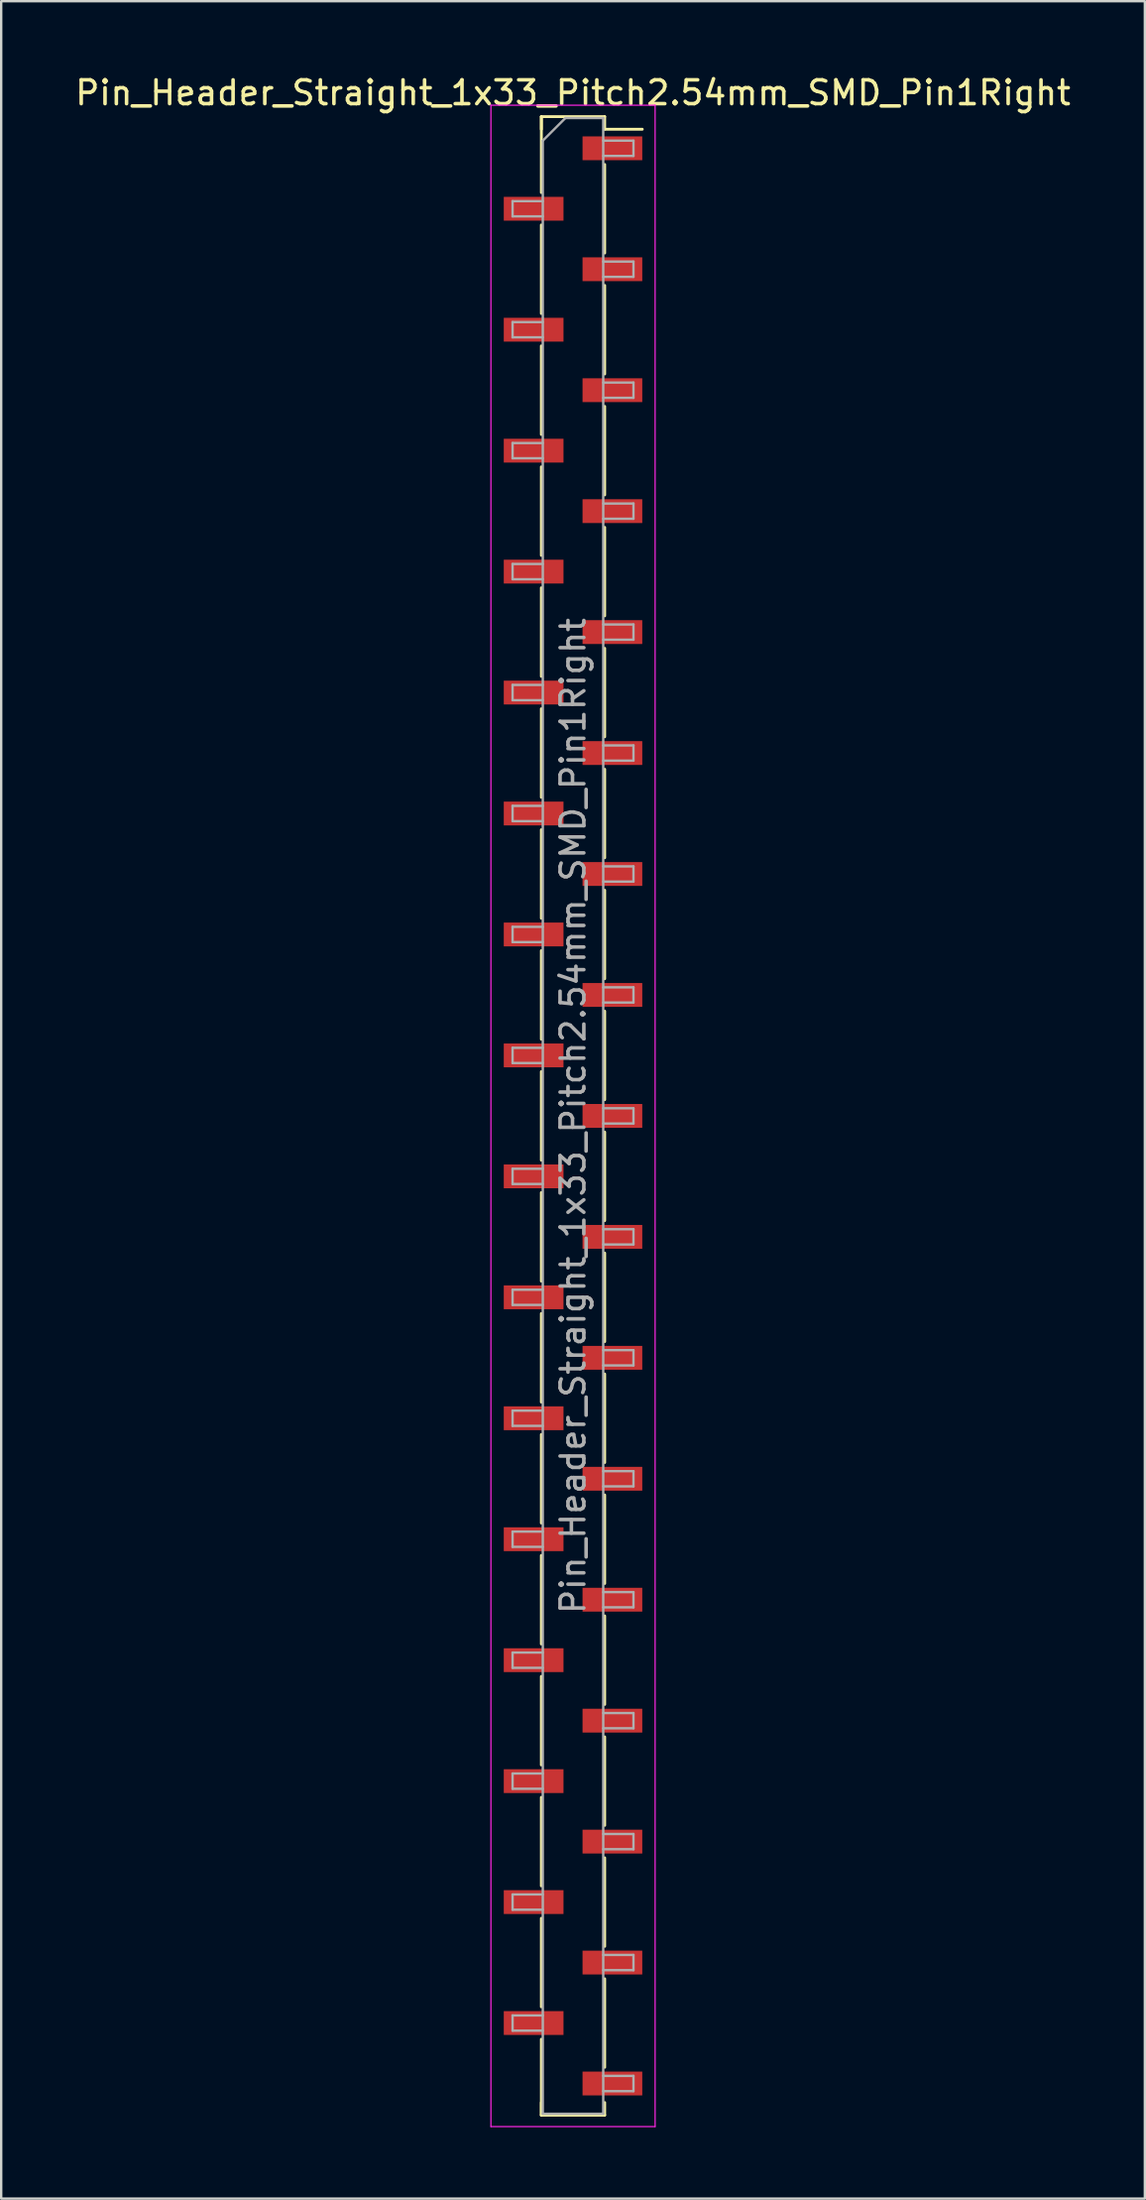
<source format=kicad_pcb>
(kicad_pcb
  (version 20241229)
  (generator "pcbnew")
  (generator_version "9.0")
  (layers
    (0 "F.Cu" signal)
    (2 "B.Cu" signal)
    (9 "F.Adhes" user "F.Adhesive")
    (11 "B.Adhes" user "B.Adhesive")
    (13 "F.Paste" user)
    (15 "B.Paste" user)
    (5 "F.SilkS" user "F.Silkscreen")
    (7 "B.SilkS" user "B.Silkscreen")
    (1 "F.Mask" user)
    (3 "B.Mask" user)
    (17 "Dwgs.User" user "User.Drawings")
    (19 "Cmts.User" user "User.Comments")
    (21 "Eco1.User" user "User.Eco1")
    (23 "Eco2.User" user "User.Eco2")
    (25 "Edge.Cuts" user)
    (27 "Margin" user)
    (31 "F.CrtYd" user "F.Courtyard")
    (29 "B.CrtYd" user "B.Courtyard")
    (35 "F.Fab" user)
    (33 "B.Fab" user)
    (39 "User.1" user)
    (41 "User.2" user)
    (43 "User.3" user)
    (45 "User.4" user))
  (footprint "Pin_Header_Straight_1x33_Pitch2.54mm_SMD_Pin1Right"
    (layer "F.Cu")
    (at 21.03 43.818)
    (property "Reference" "Pin_Header_Straight_1x33_Pitch2.54mm_SMD_Pin1Right" (at 0 -42.97 0) (layer "F.SilkS") (effects (font (size 1 1) (thickness 0.15))))
    (attr smd)
    (fp_line (start -1.33 -41.97) (end -1.33 -38.78) (stroke (width 0.12) (type solid)) (layer "F.SilkS"))
    (fp_line (start -1.33 -41.97) (end 1.33 -41.97) (stroke (width 0.12) (type solid)) (layer "F.SilkS"))
    (fp_line (start -1.33 -41.44) (end -1.33 -41.97) (stroke (width 0.12) (type solid)) (layer "F.SilkS"))
    (fp_line (start -1.33 -37.42) (end -1.33 -33.7) (stroke (width 0.12) (type solid)) (layer "F.SilkS"))
    (fp_line (start -1.33 -32.34) (end -1.33 -28.62) (stroke (width 0.12) (type solid)) (layer "F.SilkS"))
    (fp_line (start -1.33 -27.26) (end -1.33 -23.54) (stroke (width 0.12) (type solid)) (layer "F.SilkS"))
    (fp_line (start -1.33 -22.18) (end -1.33 -18.46) (stroke (width 0.12) (type solid)) (layer "F.SilkS"))
    (fp_line (start -1.33 -17.1) (end -1.33 -13.38) (stroke (width 0.12) (type solid)) (layer "F.SilkS"))
    (fp_line (start -1.33 -12.02) (end -1.33 -8.3) (stroke (width 0.12) (type solid)) (layer "F.SilkS"))
    (fp_line (start -1.33 -6.94) (end -1.33 -3.22) (stroke (width 0.12) (type solid)) (layer "F.SilkS"))
    (fp_line (start -1.33 -1.86) (end -1.33 1.86) (stroke (width 0.12) (type solid)) (layer "F.SilkS"))
    (fp_line (start -1.33 3.22) (end -1.33 6.94) (stroke (width 0.12) (type solid)) (layer "F.SilkS"))
    (fp_line (start -1.33 8.3) (end -1.33 12.02) (stroke (width 0.12) (type solid)) (layer "F.SilkS"))
    (fp_line (start -1.33 13.38) (end -1.33 17.1) (stroke (width 0.12) (type solid)) (layer "F.SilkS"))
    (fp_line (start -1.33 18.46) (end -1.33 22.18) (stroke (width 0.12) (type solid)) (layer "F.SilkS"))
    (fp_line (start -1.33 23.54) (end -1.33 27.26) (stroke (width 0.12) (type solid)) (layer "F.SilkS"))
    (fp_line (start -1.33 28.62) (end -1.33 32.34) (stroke (width 0.12) (type solid)) (layer "F.SilkS"))
    (fp_line (start -1.33 33.7) (end -1.33 37.42) (stroke (width 0.12) (type solid)) (layer "F.SilkS"))
    (fp_line (start -1.33 38.78) (end -1.33 41.97) (stroke (width 0.12) (type solid)) (layer "F.SilkS"))
    (fp_line (start -1.33 41.44) (end -1.33 41.97) (stroke (width 0.12) (type solid)) (layer "F.SilkS"))
    (fp_line (start -1.33 41.97) (end 1.33 41.97) (stroke (width 0.12) (type solid)) (layer "F.SilkS"))
    (fp_line (start 1.33 -41.97) (end 1.33 -41.44) (stroke (width 0.12) (type solid)) (layer "F.SilkS"))
    (fp_line (start 1.33 -41.44) (end 2.91 -41.44) (stroke (width 0.12) (type solid)) (layer "F.SilkS"))
    (fp_line (start 1.33 -39.96) (end 1.33 -36.24) (stroke (width 0.12) (type solid)) (layer "F.SilkS"))
    (fp_line (start 1.33 -34.88) (end 1.33 -31.16) (stroke (width 0.12) (type solid)) (layer "F.SilkS"))
    (fp_line (start 1.33 -29.8) (end 1.33 -26.08) (stroke (width 0.12) (type solid)) (layer "F.SilkS"))
    (fp_line (start 1.33 -24.72) (end 1.33 -21) (stroke (width 0.12) (type solid)) (layer "F.SilkS"))
    (fp_line (start 1.33 -19.64) (end 1.33 -15.92) (stroke (width 0.12) (type solid)) (layer "F.SilkS"))
    (fp_line (start 1.33 -14.56) (end 1.33 -10.84) (stroke (width 0.12) (type solid)) (layer "F.SilkS"))
    (fp_line (start 1.33 -9.48) (end 1.33 -5.76) (stroke (width 0.12) (type solid)) (layer "F.SilkS"))
    (fp_line (start 1.33 -4.4) (end 1.33 -0.68) (stroke (width 0.12) (type solid)) (layer "F.SilkS"))
    (fp_line (start 1.33 0.68) (end 1.33 4.4) (stroke (width 0.12) (type solid)) (layer "F.SilkS"))
    (fp_line (start 1.33 5.76) (end 1.33 9.48) (stroke (width 0.12) (type solid)) (layer "F.SilkS"))
    (fp_line (start 1.33 10.84) (end 1.33 14.56) (stroke (width 0.12) (type solid)) (layer "F.SilkS"))
    (fp_line (start 1.33 15.92) (end 1.33 19.64) (stroke (width 0.12) (type solid)) (layer "F.SilkS"))
    (fp_line (start 1.33 21) (end 1.33 24.72) (stroke (width 0.12) (type solid)) (layer "F.SilkS"))
    (fp_line (start 1.33 26.08) (end 1.33 29.8) (stroke (width 0.12) (type solid)) (layer "F.SilkS"))
    (fp_line (start 1.33 31.16) (end 1.33 34.88) (stroke (width 0.12) (type solid)) (layer "F.SilkS"))
    (fp_line (start 1.33 36.24) (end 1.33 39.96) (stroke (width 0.12) (type solid)) (layer "F.SilkS"))
    (fp_line (start 1.33 41.97) (end 1.33 41.44) (stroke (width 0.12) (type solid)) (layer "F.SilkS"))
    (fp_line (start -3.45 -42.45) (end -3.45 42.45) (stroke (width 0.05) (type solid)) (layer "F.CrtYd"))
    (fp_line (start -3.45 42.45) (end 3.45 42.45) (stroke (width 0.05) (type solid)) (layer "F.CrtYd"))
    (fp_line (start 3.45 -42.45) (end -3.45 -42.45) (stroke (width 0.05) (type solid)) (layer "F.CrtYd"))
    (fp_line (start 3.45 42.45) (end 3.45 -42.45) (stroke (width 0.05) (type solid)) (layer "F.CrtYd"))
    (fp_line (start -2.54 -38.42) (end -2.54 -37.78) (stroke (width 0.1) (type solid)) (layer "F.Fab"))
    (fp_line (start -2.54 -37.78) (end -1.27 -37.78) (stroke (width 0.1) (type solid)) (layer "F.Fab"))
    (fp_line (start -2.54 -33.34) (end -2.54 -32.7) (stroke (width 0.1) (type solid)) (layer "F.Fab"))
    (fp_line (start -2.54 -32.7) (end -1.27 -32.7) (stroke (width 0.1) (type solid)) (layer "F.Fab"))
    (fp_line (start -2.54 -28.26) (end -2.54 -27.62) (stroke (width 0.1) (type solid)) (layer "F.Fab"))
    (fp_line (start -2.54 -27.62) (end -1.27 -27.62) (stroke (width 0.1) (type solid)) (layer "F.Fab"))
    (fp_line (start -2.54 -23.18) (end -2.54 -22.54) (stroke (width 0.1) (type solid)) (layer "F.Fab"))
    (fp_line (start -2.54 -22.54) (end -1.27 -22.54) (stroke (width 0.1) (type solid)) (layer "F.Fab"))
    (fp_line (start -2.54 -18.1) (end -2.54 -17.46) (stroke (width 0.1) (type solid)) (layer "F.Fab"))
    (fp_line (start -2.54 -17.46) (end -1.27 -17.46) (stroke (width 0.1) (type solid)) (layer "F.Fab"))
    (fp_line (start -2.54 -13.02) (end -2.54 -12.38) (stroke (width 0.1) (type solid)) (layer "F.Fab"))
    (fp_line (start -2.54 -12.38) (end -1.27 -12.38) (stroke (width 0.1) (type solid)) (layer "F.Fab"))
    (fp_line (start -2.54 -7.94) (end -2.54 -7.3) (stroke (width 0.1) (type solid)) (layer "F.Fab"))
    (fp_line (start -2.54 -7.3) (end -1.27 -7.3) (stroke (width 0.1) (type solid)) (layer "F.Fab"))
    (fp_line (start -2.54 -2.86) (end -2.54 -2.22) (stroke (width 0.1) (type solid)) (layer "F.Fab"))
    (fp_line (start -2.54 -2.22) (end -1.27 -2.22) (stroke (width 0.1) (type solid)) (layer "F.Fab"))
    (fp_line (start -2.54 2.22) (end -2.54 2.86) (stroke (width 0.1) (type solid)) (layer "F.Fab"))
    (fp_line (start -2.54 2.86) (end -1.27 2.86) (stroke (width 0.1) (type solid)) (layer "F.Fab"))
    (fp_line (start -2.54 7.3) (end -2.54 7.94) (stroke (width 0.1) (type solid)) (layer "F.Fab"))
    (fp_line (start -2.54 7.94) (end -1.27 7.94) (stroke (width 0.1) (type solid)) (layer "F.Fab"))
    (fp_line (start -2.54 12.38) (end -2.54 13.02) (stroke (width 0.1) (type solid)) (layer "F.Fab"))
    (fp_line (start -2.54 13.02) (end -1.27 13.02) (stroke (width 0.1) (type solid)) (layer "F.Fab"))
    (fp_line (start -2.54 17.46) (end -2.54 18.1) (stroke (width 0.1) (type solid)) (layer "F.Fab"))
    (fp_line (start -2.54 18.1) (end -1.27 18.1) (stroke (width 0.1) (type solid)) (layer "F.Fab"))
    (fp_line (start -2.54 22.54) (end -2.54 23.18) (stroke (width 0.1) (type solid)) (layer "F.Fab"))
    (fp_line (start -2.54 23.18) (end -1.27 23.18) (stroke (width 0.1) (type solid)) (layer "F.Fab"))
    (fp_line (start -2.54 27.62) (end -2.54 28.26) (stroke (width 0.1) (type solid)) (layer "F.Fab"))
    (fp_line (start -2.54 28.26) (end -1.27 28.26) (stroke (width 0.1) (type solid)) (layer "F.Fab"))
    (fp_line (start -2.54 32.7) (end -2.54 33.34) (stroke (width 0.1) (type solid)) (layer "F.Fab"))
    (fp_line (start -2.54 33.34) (end -1.27 33.34) (stroke (width 0.1) (type solid)) (layer "F.Fab"))
    (fp_line (start -2.54 37.78) (end -2.54 38.42) (stroke (width 0.1) (type solid)) (layer "F.Fab"))
    (fp_line (start -2.54 38.42) (end -1.27 38.42) (stroke (width 0.1) (type solid)) (layer "F.Fab"))
    (fp_line (start -1.27 -40.96) (end -0.32 -41.91) (stroke (width 0.1) (type solid)) (layer "F.Fab"))
    (fp_line (start -1.27 -38.42) (end -2.54 -38.42) (stroke (width 0.1) (type solid)) (layer "F.Fab"))
    (fp_line (start -1.27 -33.34) (end -2.54 -33.34) (stroke (width 0.1) (type solid)) (layer "F.Fab"))
    (fp_line (start -1.27 -28.26) (end -2.54 -28.26) (stroke (width 0.1) (type solid)) (layer "F.Fab"))
    (fp_line (start -1.27 -23.18) (end -2.54 -23.18) (stroke (width 0.1) (type solid)) (layer "F.Fab"))
    (fp_line (start -1.27 -18.1) (end -2.54 -18.1) (stroke (width 0.1) (type solid)) (layer "F.Fab"))
    (fp_line (start -1.27 -13.02) (end -2.54 -13.02) (stroke (width 0.1) (type solid)) (layer "F.Fab"))
    (fp_line (start -1.27 -7.94) (end -2.54 -7.94) (stroke (width 0.1) (type solid)) (layer "F.Fab"))
    (fp_line (start -1.27 -2.86) (end -2.54 -2.86) (stroke (width 0.1) (type solid)) (layer "F.Fab"))
    (fp_line (start -1.27 2.22) (end -2.54 2.22) (stroke (width 0.1) (type solid)) (layer "F.Fab"))
    (fp_line (start -1.27 7.3) (end -2.54 7.3) (stroke (width 0.1) (type solid)) (layer "F.Fab"))
    (fp_line (start -1.27 12.38) (end -2.54 12.38) (stroke (width 0.1) (type solid)) (layer "F.Fab"))
    (fp_line (start -1.27 17.46) (end -2.54 17.46) (stroke (width 0.1) (type solid)) (layer "F.Fab"))
    (fp_line (start -1.27 22.54) (end -2.54 22.54) (stroke (width 0.1) (type solid)) (layer "F.Fab"))
    (fp_line (start -1.27 27.62) (end -2.54 27.62) (stroke (width 0.1) (type solid)) (layer "F.Fab"))
    (fp_line (start -1.27 32.7) (end -2.54 32.7) (stroke (width 0.1) (type solid)) (layer "F.Fab"))
    (fp_line (start -1.27 37.78) (end -2.54 37.78) (stroke (width 0.1) (type solid)) (layer "F.Fab"))
    (fp_line (start -1.27 41.91) (end -1.27 -40.96) (stroke (width 0.1) (type solid)) (layer "F.Fab"))
    (fp_line (start -0.32 -41.91) (end 1.27 -41.91) (stroke (width 0.1) (type solid)) (layer "F.Fab"))
    (fp_line (start 1.27 -41.91) (end 1.27 41.91) (stroke (width 0.1) (type solid)) (layer "F.Fab"))
    (fp_line (start 1.27 -40.96) (end 2.54 -40.96) (stroke (width 0.1) (type solid)) (layer "F.Fab"))
    (fp_line (start 1.27 -35.88) (end 2.54 -35.88) (stroke (width 0.1) (type solid)) (layer "F.Fab"))
    (fp_line (start 1.27 -30.8) (end 2.54 -30.8) (stroke (width 0.1) (type solid)) (layer "F.Fab"))
    (fp_line (start 1.27 -25.72) (end 2.54 -25.72) (stroke (width 0.1) (type solid)) (layer "F.Fab"))
    (fp_line (start 1.27 -20.64) (end 2.54 -20.64) (stroke (width 0.1) (type solid)) (layer "F.Fab"))
    (fp_line (start 1.27 -15.56) (end 2.54 -15.56) (stroke (width 0.1) (type solid)) (layer "F.Fab"))
    (fp_line (start 1.27 -10.48) (end 2.54 -10.48) (stroke (width 0.1) (type solid)) (layer "F.Fab"))
    (fp_line (start 1.27 -5.4) (end 2.54 -5.4) (stroke (width 0.1) (type solid)) (layer "F.Fab"))
    (fp_line (start 1.27 -0.32) (end 2.54 -0.32) (stroke (width 0.1) (type solid)) (layer "F.Fab"))
    (fp_line (start 1.27 4.76) (end 2.54 4.76) (stroke (width 0.1) (type solid)) (layer "F.Fab"))
    (fp_line (start 1.27 9.84) (end 2.54 9.84) (stroke (width 0.1) (type solid)) (layer "F.Fab"))
    (fp_line (start 1.27 14.92) (end 2.54 14.92) (stroke (width 0.1) (type solid)) (layer "F.Fab"))
    (fp_line (start 1.27 20) (end 2.54 20) (stroke (width 0.1) (type solid)) (layer "F.Fab"))
    (fp_line (start 1.27 25.08) (end 2.54 25.08) (stroke (width 0.1) (type solid)) (layer "F.Fab"))
    (fp_line (start 1.27 30.16) (end 2.54 30.16) (stroke (width 0.1) (type solid)) (layer "F.Fab"))
    (fp_line (start 1.27 35.24) (end 2.54 35.24) (stroke (width 0.1) (type solid)) (layer "F.Fab"))
    (fp_line (start 1.27 40.32) (end 2.54 40.32) (stroke (width 0.1) (type solid)) (layer "F.Fab"))
    (fp_line (start 1.27 41.91) (end -1.27 41.91) (stroke (width 0.1) (type solid)) (layer "F.Fab"))
    (fp_line (start 2.54 -40.96) (end 2.54 -40.32) (stroke (width 0.1) (type solid)) (layer "F.Fab"))
    (fp_line (start 2.54 -40.32) (end 1.27 -40.32) (stroke (width 0.1) (type solid)) (layer "F.Fab"))
    (fp_line (start 2.54 -35.88) (end 2.54 -35.24) (stroke (width 0.1) (type solid)) (layer "F.Fab"))
    (fp_line (start 2.54 -35.24) (end 1.27 -35.24) (stroke (width 0.1) (type solid)) (layer "F.Fab"))
    (fp_line (start 2.54 -30.8) (end 2.54 -30.16) (stroke (width 0.1) (type solid)) (layer "F.Fab"))
    (fp_line (start 2.54 -30.16) (end 1.27 -30.16) (stroke (width 0.1) (type solid)) (layer "F.Fab"))
    (fp_line (start 2.54 -25.72) (end 2.54 -25.08) (stroke (width 0.1) (type solid)) (layer "F.Fab"))
    (fp_line (start 2.54 -25.08) (end 1.27 -25.08) (stroke (width 0.1) (type solid)) (layer "F.Fab"))
    (fp_line (start 2.54 -20.64) (end 2.54 -20) (stroke (width 0.1) (type solid)) (layer "F.Fab"))
    (fp_line (start 2.54 -20) (end 1.27 -20) (stroke (width 0.1) (type solid)) (layer "F.Fab"))
    (fp_line (start 2.54 -15.56) (end 2.54 -14.92) (stroke (width 0.1) (type solid)) (layer "F.Fab"))
    (fp_line (start 2.54 -14.92) (end 1.27 -14.92) (stroke (width 0.1) (type solid)) (layer "F.Fab"))
    (fp_line (start 2.54 -10.48) (end 2.54 -9.84) (stroke (width 0.1) (type solid)) (layer "F.Fab"))
    (fp_line (start 2.54 -9.84) (end 1.27 -9.84) (stroke (width 0.1) (type solid)) (layer "F.Fab"))
    (fp_line (start 2.54 -5.4) (end 2.54 -4.76) (stroke (width 0.1) (type solid)) (layer "F.Fab"))
    (fp_line (start 2.54 -4.76) (end 1.27 -4.76) (stroke (width 0.1) (type solid)) (layer "F.Fab"))
    (fp_line (start 2.54 -0.32) (end 2.54 0.32) (stroke (width 0.1) (type solid)) (layer "F.Fab"))
    (fp_line (start 2.54 0.32) (end 1.27 0.32) (stroke (width 0.1) (type solid)) (layer "F.Fab"))
    (fp_line (start 2.54 4.76) (end 2.54 5.4) (stroke (width 0.1) (type solid)) (layer "F.Fab"))
    (fp_line (start 2.54 5.4) (end 1.27 5.4) (stroke (width 0.1) (type solid)) (layer "F.Fab"))
    (fp_line (start 2.54 9.84) (end 2.54 10.48) (stroke (width 0.1) (type solid)) (layer "F.Fab"))
    (fp_line (start 2.54 10.48) (end 1.27 10.48) (stroke (width 0.1) (type solid)) (layer "F.Fab"))
    (fp_line (start 2.54 14.92) (end 2.54 15.56) (stroke (width 0.1) (type solid)) (layer "F.Fab"))
    (fp_line (start 2.54 15.56) (end 1.27 15.56) (stroke (width 0.1) (type solid)) (layer "F.Fab"))
    (fp_line (start 2.54 20) (end 2.54 20.64) (stroke (width 0.1) (type solid)) (layer "F.Fab"))
    (fp_line (start 2.54 20.64) (end 1.27 20.64) (stroke (width 0.1) (type solid)) (layer "F.Fab"))
    (fp_line (start 2.54 25.08) (end 2.54 25.72) (stroke (width 0.1) (type solid)) (layer "F.Fab"))
    (fp_line (start 2.54 25.72) (end 1.27 25.72) (stroke (width 0.1) (type solid)) (layer "F.Fab"))
    (fp_line (start 2.54 30.16) (end 2.54 30.8) (stroke (width 0.1) (type solid)) (layer "F.Fab"))
    (fp_line (start 2.54 30.8) (end 1.27 30.8) (stroke (width 0.1) (type solid)) (layer "F.Fab"))
    (fp_line (start 2.54 35.24) (end 2.54 35.88) (stroke (width 0.1) (type solid)) (layer "F.Fab"))
    (fp_line (start 2.54 35.88) (end 1.27 35.88) (stroke (width 0.1) (type solid)) (layer "F.Fab"))
    (fp_line (start 2.54 40.32) (end 2.54 40.96) (stroke (width 0.1) (type solid)) (layer "F.Fab"))
    (fp_line (start 2.54 40.96) (end 1.27 40.96) (stroke (width 0.1) (type solid)) (layer "F.Fab"))
    (fp_text user "${REFERENCE}" (at 0 0 90) (layer "F.Fab") (effects (font (size 1 1) (thickness 0.15))))
    (pad "1" smd rect (at 1.655 -40.64) (size 2.51 1) (layers "F.Cu" "F.Mask" "F.Paste"))
    (pad "2" smd rect (at -1.655 -38.1) (size 2.51 1) (layers "F.Cu" "F.Mask" "F.Paste"))
    (pad "3" smd rect (at 1.655 -35.56) (size 2.51 1) (layers "F.Cu" "F.Mask" "F.Paste"))
    (pad "4" smd rect (at -1.655 -33.02) (size 2.51 1) (layers "F.Cu" "F.Mask" "F.Paste"))
    (pad "5" smd rect (at 1.655 -30.48) (size 2.51 1) (layers "F.Cu" "F.Mask" "F.Paste"))
    (pad "6" smd rect (at -1.655 -27.94) (size 2.51 1) (layers "F.Cu" "F.Mask" "F.Paste"))
    (pad "7" smd rect (at 1.655 -25.4) (size 2.51 1) (layers "F.Cu" "F.Mask" "F.Paste"))
    (pad "8" smd rect (at -1.655 -22.86) (size 2.51 1) (layers "F.Cu" "F.Mask" "F.Paste"))
    (pad "9" smd rect (at 1.655 -20.32) (size 2.51 1) (layers "F.Cu" "F.Mask" "F.Paste"))
    (pad "10" smd rect (at -1.655 -17.78) (size 2.51 1) (layers "F.Cu" "F.Mask" "F.Paste"))
    (pad "11" smd rect (at 1.655 -15.24) (size 2.51 1) (layers "F.Cu" "F.Mask" "F.Paste"))
    (pad "12" smd rect (at -1.655 -12.7) (size 2.51 1) (layers "F.Cu" "F.Mask" "F.Paste"))
    (pad "13" smd rect (at 1.655 -10.16) (size 2.51 1) (layers "F.Cu" "F.Mask" "F.Paste"))
    (pad "14" smd rect (at -1.655 -7.62) (size 2.51 1) (layers "F.Cu" "F.Mask" "F.Paste"))
    (pad "15" smd rect (at 1.655 -5.08) (size 2.51 1) (layers "F.Cu" "F.Mask" "F.Paste"))
    (pad "16" smd rect (at -1.655 -2.54) (size 2.51 1) (layers "F.Cu" "F.Mask" "F.Paste"))
    (pad "17" smd rect (at 1.655 0) (size 2.51 1) (layers "F.Cu" "F.Mask" "F.Paste"))
    (pad "18" smd rect (at -1.655 2.54) (size 2.51 1) (layers "F.Cu" "F.Mask" "F.Paste"))
    (pad "19" smd rect (at 1.655 5.08) (size 2.51 1) (layers "F.Cu" "F.Mask" "F.Paste"))
    (pad "20" smd rect (at -1.655 7.62) (size 2.51 1) (layers "F.Cu" "F.Mask" "F.Paste"))
    (pad "21" smd rect (at 1.655 10.16) (size 2.51 1) (layers "F.Cu" "F.Mask" "F.Paste"))
    (pad "22" smd rect (at -1.655 12.7) (size 2.51 1) (layers "F.Cu" "F.Mask" "F.Paste"))
    (pad "23" smd rect (at 1.655 15.24) (size 2.51 1) (layers "F.Cu" "F.Mask" "F.Paste"))
    (pad "24" smd rect (at -1.655 17.78) (size 2.51 1) (layers "F.Cu" "F.Mask" "F.Paste"))
    (pad "25" smd rect (at 1.655 20.32) (size 2.51 1) (layers "F.Cu" "F.Mask" "F.Paste"))
    (pad "26" smd rect (at -1.655 22.86) (size 2.51 1) (layers "F.Cu" "F.Mask" "F.Paste"))
    (pad "27" smd rect (at 1.655 25.4) (size 2.51 1) (layers "F.Cu" "F.Mask" "F.Paste"))
    (pad "28" smd rect (at -1.655 27.94) (size 2.51 1) (layers "F.Cu" "F.Mask" "F.Paste"))
    (pad "29" smd rect (at 1.655 30.48) (size 2.51 1) (layers "F.Cu" "F.Mask" "F.Paste"))
    (pad "30" smd rect (at -1.655 33.02) (size 2.51 1) (layers "F.Cu" "F.Mask" "F.Paste"))
    (pad "31" smd rect (at 1.655 35.56) (size 2.51 1) (layers "F.Cu" "F.Mask" "F.Paste"))
    (pad "32" smd rect (at -1.655 38.1) (size 2.51 1) (layers "F.Cu" "F.Mask" "F.Paste"))
    (pad "33" smd rect (at 1.655 40.64) (size 2.51 1) (layers "F.Cu" "F.Mask" "F.Paste")))
  (gr_rect
    (start -3 -3)
    (end 45.06 89.293)
    (stroke (width 0.1) (type default))
    (fill no)
    (layer "Edge.Cuts")))
</source>
